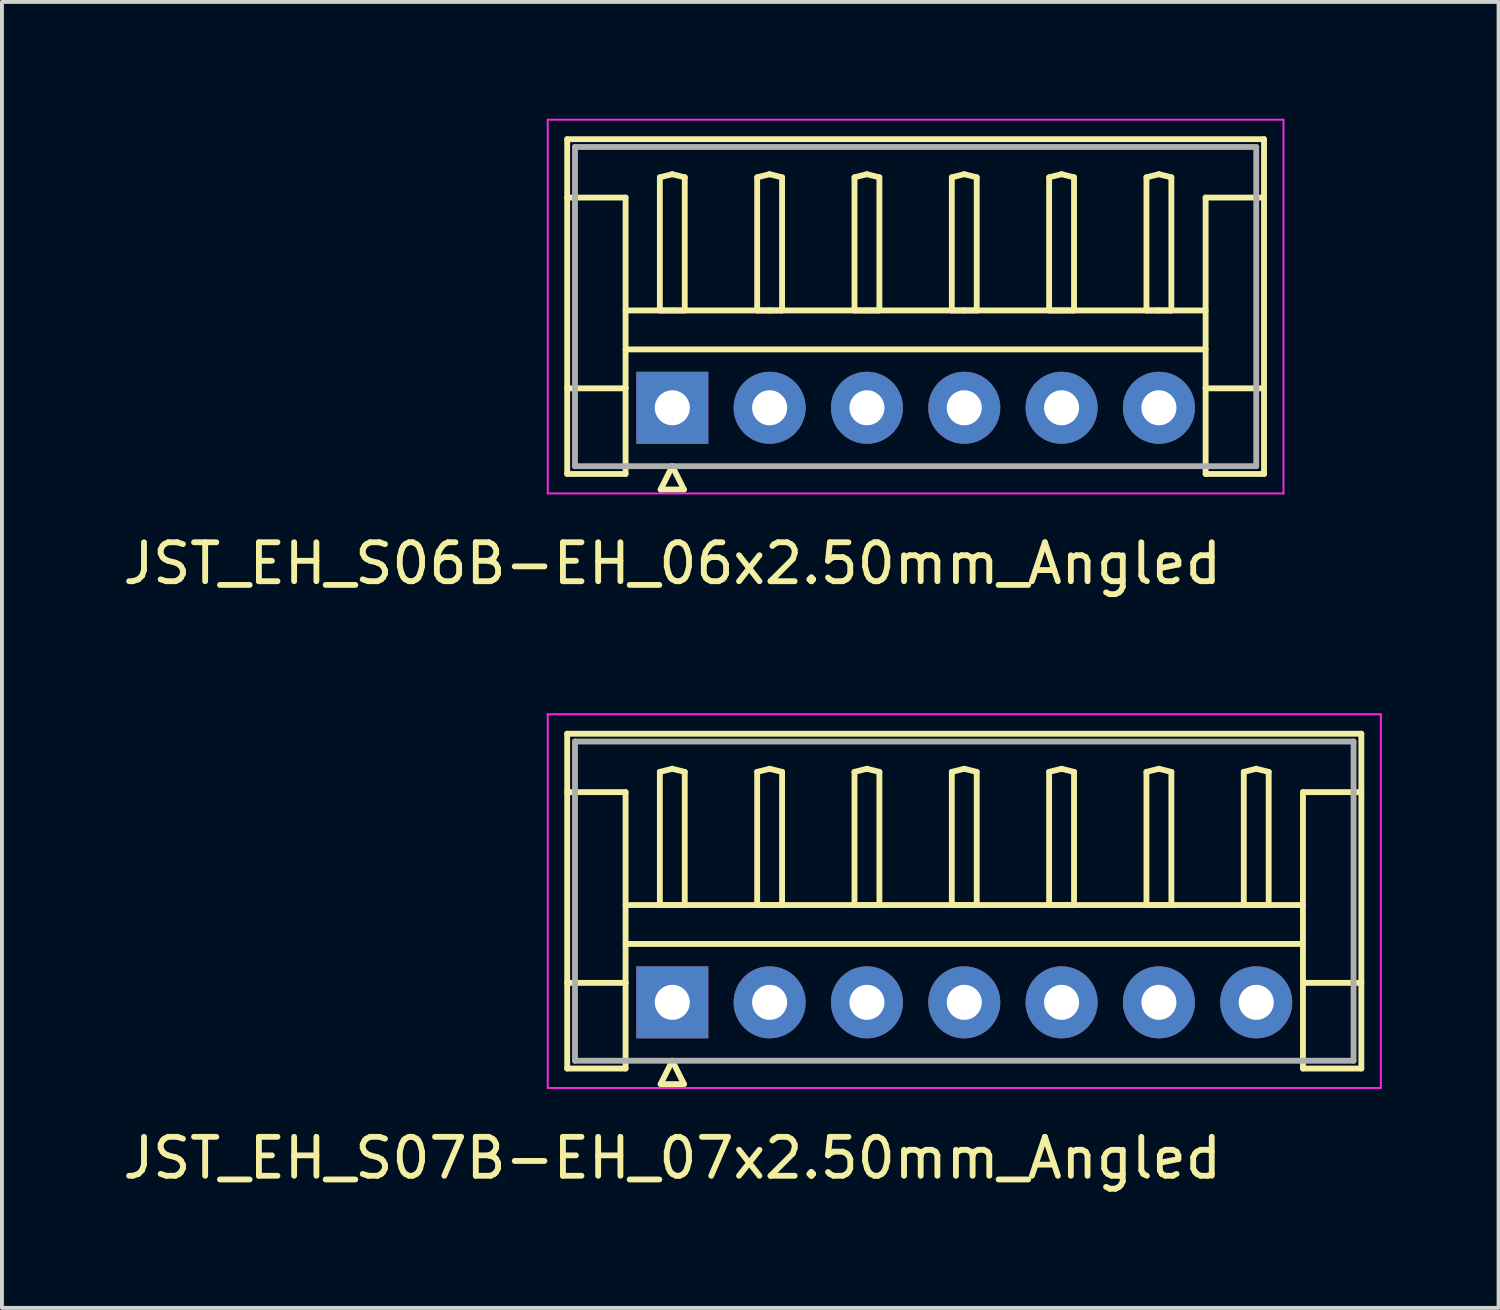
<source format=kicad_pcb>
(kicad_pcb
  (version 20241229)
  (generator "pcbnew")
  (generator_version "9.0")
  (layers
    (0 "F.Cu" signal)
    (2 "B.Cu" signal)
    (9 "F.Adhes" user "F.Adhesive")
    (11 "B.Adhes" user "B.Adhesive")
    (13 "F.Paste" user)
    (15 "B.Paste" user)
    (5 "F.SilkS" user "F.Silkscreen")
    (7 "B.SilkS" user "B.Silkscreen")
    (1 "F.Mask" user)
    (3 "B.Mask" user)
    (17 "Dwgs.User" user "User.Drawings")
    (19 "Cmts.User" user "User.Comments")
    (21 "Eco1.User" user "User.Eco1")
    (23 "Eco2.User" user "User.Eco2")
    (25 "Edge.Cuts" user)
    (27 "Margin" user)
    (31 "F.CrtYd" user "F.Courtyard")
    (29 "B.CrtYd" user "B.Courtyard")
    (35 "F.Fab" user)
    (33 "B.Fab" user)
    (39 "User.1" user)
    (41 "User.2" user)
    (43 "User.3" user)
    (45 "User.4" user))
  (footprint "JST_EH_S07B-EH_07x2.50mm_Angled"
    (layer "F.Cu")
    (at 14.22 22.698)
    (property "Reference" "JST_EH_S07B-EH_07x2.50mm_Angled" (at 0 4 0) (layer "F.SilkS") (effects (font (size 1 1) (thickness 0.15))))
    (attr through_hole)
    (fp_line (start -2.7 -6.9) (end 17.7 -6.9) (stroke (width 0.15) (type solid)) (layer "F.SilkS"))
    (fp_line (start -2.7 -5.4) (end -1.2 -5.4) (stroke (width 0.15) (type solid)) (layer "F.SilkS"))
    (fp_line (start -2.7 1.7) (end -2.7 -6.9) (stroke (width 0.15) (type solid)) (layer "F.SilkS"))
    (fp_line (start -1.2 -5.4) (end -1.2 -0.5) (stroke (width 0.15) (type solid)) (layer "F.SilkS"))
    (fp_line (start -1.2 -2.5) (end 16.2 -2.5) (stroke (width 0.15) (type solid)) (layer "F.SilkS"))
    (fp_line (start -1.2 -1.5) (end 16.2 -1.5) (stroke (width 0.15) (type solid)) (layer "F.SilkS"))
    (fp_line (start -1.2 -0.5) (end -2.7 -0.5) (stroke (width 0.15) (type solid)) (layer "F.SilkS"))
    (fp_line (start -1.2 -0.5) (end -1.2 1.7) (stroke (width 0.15) (type solid)) (layer "F.SilkS"))
    (fp_line (start -1.2 1.7) (end -2.7 1.7) (stroke (width 0.15) (type solid)) (layer "F.SilkS"))
    (fp_line (start -0.32 -5.92) (end 0 -6) (stroke (width 0.15) (type solid)) (layer "F.SilkS"))
    (fp_line (start -0.32 -2.5) (end -0.32 -5.92) (stroke (width 0.15) (type solid)) (layer "F.SilkS"))
    (fp_line (start -0.3 2.1) (end 0.3 2.1) (stroke (width 0.15) (type solid)) (layer "F.SilkS"))
    (fp_line (start 0 -6) (end 0.32 -5.92) (stroke (width 0.15) (type solid)) (layer "F.SilkS"))
    (fp_line (start 0 -2.5) (end -0.32 -2.5) (stroke (width 0.15) (type solid)) (layer "F.SilkS"))
    (fp_line (start 0 1.5) (end -0.3 2.1) (stroke (width 0.15) (type solid)) (layer "F.SilkS"))
    (fp_line (start 0.3 2.1) (end 0 1.5) (stroke (width 0.15) (type solid)) (layer "F.SilkS"))
    (fp_line (start 0.32 -5.92) (end 0.32 -2.5) (stroke (width 0.15) (type solid)) (layer "F.SilkS"))
    (fp_line (start 0.32 -2.5) (end 0 -2.5) (stroke (width 0.15) (type solid)) (layer "F.SilkS"))
    (fp_line (start 2.18 -5.92) (end 2.5 -6) (stroke (width 0.15) (type solid)) (layer "F.SilkS"))
    (fp_line (start 2.18 -2.5) (end 2.18 -5.92) (stroke (width 0.15) (type solid)) (layer "F.SilkS"))
    (fp_line (start 2.5 -6) (end 2.82 -5.92) (stroke (width 0.15) (type solid)) (layer "F.SilkS"))
    (fp_line (start 2.5 -2.5) (end 2.18 -2.5) (stroke (width 0.15) (type solid)) (layer "F.SilkS"))
    (fp_line (start 2.82 -5.92) (end 2.82 -2.5) (stroke (width 0.15) (type solid)) (layer "F.SilkS"))
    (fp_line (start 2.82 -2.5) (end 2.5 -2.5) (stroke (width 0.15) (type solid)) (layer "F.SilkS"))
    (fp_line (start 4.68 -5.92) (end 5 -6) (stroke (width 0.15) (type solid)) (layer "F.SilkS"))
    (fp_line (start 4.68 -2.5) (end 4.68 -5.92) (stroke (width 0.15) (type solid)) (layer "F.SilkS"))
    (fp_line (start 5 -6) (end 5.32 -5.92) (stroke (width 0.15) (type solid)) (layer "F.SilkS"))
    (fp_line (start 5 -2.5) (end 4.68 -2.5) (stroke (width 0.15) (type solid)) (layer "F.SilkS"))
    (fp_line (start 5.32 -5.92) (end 5.32 -2.5) (stroke (width 0.15) (type solid)) (layer "F.SilkS"))
    (fp_line (start 5.32 -2.5) (end 5 -2.5) (stroke (width 0.15) (type solid)) (layer "F.SilkS"))
    (fp_line (start 7.18 -5.92) (end 7.5 -6) (stroke (width 0.15) (type solid)) (layer "F.SilkS"))
    (fp_line (start 7.18 -2.5) (end 7.18 -5.92) (stroke (width 0.15) (type solid)) (layer "F.SilkS"))
    (fp_line (start 7.5 -6) (end 7.82 -5.92) (stroke (width 0.15) (type solid)) (layer "F.SilkS"))
    (fp_line (start 7.5 -2.5) (end 7.18 -2.5) (stroke (width 0.15) (type solid)) (layer "F.SilkS"))
    (fp_line (start 7.82 -5.92) (end 7.82 -2.5) (stroke (width 0.15) (type solid)) (layer "F.SilkS"))
    (fp_line (start 7.82 -2.5) (end 7.5 -2.5) (stroke (width 0.15) (type solid)) (layer "F.SilkS"))
    (fp_line (start 9.68 -5.92) (end 10 -6) (stroke (width 0.15) (type solid)) (layer "F.SilkS"))
    (fp_line (start 9.68 -2.5) (end 9.68 -5.92) (stroke (width 0.15) (type solid)) (layer "F.SilkS"))
    (fp_line (start 10 -6) (end 10.32 -5.92) (stroke (width 0.15) (type solid)) (layer "F.SilkS"))
    (fp_line (start 10 -2.5) (end 9.68 -2.5) (stroke (width 0.15) (type solid)) (layer "F.SilkS"))
    (fp_line (start 10.32 -5.92) (end 10.32 -2.5) (stroke (width 0.15) (type solid)) (layer "F.SilkS"))
    (fp_line (start 10.32 -2.5) (end 10 -2.5) (stroke (width 0.15) (type solid)) (layer "F.SilkS"))
    (fp_line (start 12.18 -5.92) (end 12.5 -6) (stroke (width 0.15) (type solid)) (layer "F.SilkS"))
    (fp_line (start 12.18 -2.5) (end 12.18 -5.92) (stroke (width 0.15) (type solid)) (layer "F.SilkS"))
    (fp_line (start 12.5 -6) (end 12.82 -5.92) (stroke (width 0.15) (type solid)) (layer "F.SilkS"))
    (fp_line (start 12.5 -2.5) (end 12.18 -2.5) (stroke (width 0.15) (type solid)) (layer "F.SilkS"))
    (fp_line (start 12.82 -5.92) (end 12.82 -2.5) (stroke (width 0.15) (type solid)) (layer "F.SilkS"))
    (fp_line (start 12.82 -2.5) (end 12.5 -2.5) (stroke (width 0.15) (type solid)) (layer "F.SilkS"))
    (fp_line (start 14.68 -5.92) (end 15 -6) (stroke (width 0.15) (type solid)) (layer "F.SilkS"))
    (fp_line (start 14.68 -2.5) (end 14.68 -5.92) (stroke (width 0.15) (type solid)) (layer "F.SilkS"))
    (fp_line (start 15 -6) (end 15.32 -5.92) (stroke (width 0.15) (type solid)) (layer "F.SilkS"))
    (fp_line (start 15 -2.5) (end 14.68 -2.5) (stroke (width 0.15) (type solid)) (layer "F.SilkS"))
    (fp_line (start 15.32 -5.92) (end 15.32 -2.5) (stroke (width 0.15) (type solid)) (layer "F.SilkS"))
    (fp_line (start 15.32 -2.5) (end 15 -2.5) (stroke (width 0.15) (type solid)) (layer "F.SilkS"))
    (fp_line (start 16.2 -5.4) (end 16.2 -0.5) (stroke (width 0.15) (type solid)) (layer "F.SilkS"))
    (fp_line (start 16.2 -0.5) (end 17.7 -0.5) (stroke (width 0.15) (type solid)) (layer "F.SilkS"))
    (fp_line (start 16.2 1.7) (end 16.2 -0.5) (stroke (width 0.15) (type solid)) (layer "F.SilkS"))
    (fp_line (start 17.7 -6.9) (end 17.7 1.7) (stroke (width 0.15) (type solid)) (layer "F.SilkS"))
    (fp_line (start 17.7 -5.4) (end 16.2 -5.4) (stroke (width 0.15) (type solid)) (layer "F.SilkS"))
    (fp_line (start 17.7 1.7) (end 16.2 1.7) (stroke (width 0.15) (type solid)) (layer "F.SilkS"))
    (fp_line (start -3.2 -7.4) (end -3.2 2.2) (stroke (width 0.05) (type solid)) (layer "F.CrtYd"))
    (fp_line (start -3.2 2.2) (end 18.2 2.2) (stroke (width 0.05) (type solid)) (layer "F.CrtYd"))
    (fp_line (start 18.2 -7.4) (end -3.2 -7.4) (stroke (width 0.05) (type solid)) (layer "F.CrtYd"))
    (fp_line (start 18.2 2.2) (end 18.2 -7.4) (stroke (width 0.05) (type solid)) (layer "F.CrtYd"))
    (fp_line (start -2.5 -6.7) (end -2.5 1.5) (stroke (width 0.15) (type solid)) (layer "F.Fab"))
    (fp_line (start -2.5 1.5) (end 17.5 1.5) (stroke (width 0.15) (type solid)) (layer "F.Fab"))
    (fp_line (start 17.5 -6.7) (end -2.5 -6.7) (stroke (width 0.15) (type solid)) (layer "F.Fab"))
    (fp_line (start 17.5 1.5) (end 17.5 -6.7) (stroke (width 0.15) (type solid)) (layer "F.Fab"))
    (pad "1" thru_hole rect (at 0 0) (size 1.85 1.85) (drill 0.9) (layers "*.Cu" "*.Mask"))
    (pad "2" thru_hole circle (at 2.5 0) (size 1.85 1.85) (drill 0.9) (layers "*.Cu" "*.Mask"))
    (pad "3" thru_hole circle (at 5 0) (size 1.85 1.85) (drill 0.9) (layers "*.Cu" "*.Mask"))
    (pad "4" thru_hole circle (at 7.5 0) (size 1.85 1.85) (drill 0.9) (layers "*.Cu" "*.Mask"))
    (pad "5" thru_hole circle (at 10 0) (size 1.85 1.85) (drill 0.9) (layers "*.Cu" "*.Mask"))
    (pad "6" thru_hole circle (at 12.5 0) (size 1.85 1.85) (drill 0.9) (layers "*.Cu" "*.Mask"))
    (pad "7" thru_hole circle (at 15 0) (size 1.85 1.85) (drill 0.9) (layers "*.Cu" "*.Mask")))
  (footprint "JST_EH_S06B-EH_06x2.50mm_Angled"
    (layer "F.Cu")
    (at 14.22 7.425)
    (property "Reference" "JST_EH_S06B-EH_06x2.50mm_Angled" (at 0 4 0) (layer "F.SilkS") (effects (font (size 1 1) (thickness 0.15))))
    (attr through_hole)
    (fp_line (start -2.7 -6.9) (end 15.2 -6.9) (stroke (width 0.15) (type solid)) (layer "F.SilkS"))
    (fp_line (start -2.7 -5.4) (end -1.2 -5.4) (stroke (width 0.15) (type solid)) (layer "F.SilkS"))
    (fp_line (start -2.7 1.7) (end -2.7 -6.9) (stroke (width 0.15) (type solid)) (layer "F.SilkS"))
    (fp_line (start -1.2 -5.4) (end -1.2 -0.5) (stroke (width 0.15) (type solid)) (layer "F.SilkS"))
    (fp_line (start -1.2 -2.5) (end 13.7 -2.5) (stroke (width 0.15) (type solid)) (layer "F.SilkS"))
    (fp_line (start -1.2 -1.5) (end 13.7 -1.5) (stroke (width 0.15) (type solid)) (layer "F.SilkS"))
    (fp_line (start -1.2 -0.5) (end -2.7 -0.5) (stroke (width 0.15) (type solid)) (layer "F.SilkS"))
    (fp_line (start -1.2 -0.5) (end -1.2 1.7) (stroke (width 0.15) (type solid)) (layer "F.SilkS"))
    (fp_line (start -1.2 1.7) (end -2.7 1.7) (stroke (width 0.15) (type solid)) (layer "F.SilkS"))
    (fp_line (start -0.32 -5.92) (end 0 -6) (stroke (width 0.15) (type solid)) (layer "F.SilkS"))
    (fp_line (start -0.32 -2.5) (end -0.32 -5.92) (stroke (width 0.15) (type solid)) (layer "F.SilkS"))
    (fp_line (start -0.3 2.1) (end 0.3 2.1) (stroke (width 0.15) (type solid)) (layer "F.SilkS"))
    (fp_line (start 0 -6) (end 0.32 -5.92) (stroke (width 0.15) (type solid)) (layer "F.SilkS"))
    (fp_line (start 0 -2.5) (end -0.32 -2.5) (stroke (width 0.15) (type solid)) (layer "F.SilkS"))
    (fp_line (start 0 1.5) (end -0.3 2.1) (stroke (width 0.15) (type solid)) (layer "F.SilkS"))
    (fp_line (start 0.3 2.1) (end 0 1.5) (stroke (width 0.15) (type solid)) (layer "F.SilkS"))
    (fp_line (start 0.32 -5.92) (end 0.32 -2.5) (stroke (width 0.15) (type solid)) (layer "F.SilkS"))
    (fp_line (start 0.32 -2.5) (end 0 -2.5) (stroke (width 0.15) (type solid)) (layer "F.SilkS"))
    (fp_line (start 2.18 -5.92) (end 2.5 -6) (stroke (width 0.15) (type solid)) (layer "F.SilkS"))
    (fp_line (start 2.18 -2.5) (end 2.18 -5.92) (stroke (width 0.15) (type solid)) (layer "F.SilkS"))
    (fp_line (start 2.5 -6) (end 2.82 -5.92) (stroke (width 0.15) (type solid)) (layer "F.SilkS"))
    (fp_line (start 2.5 -2.5) (end 2.18 -2.5) (stroke (width 0.15) (type solid)) (layer "F.SilkS"))
    (fp_line (start 2.82 -5.92) (end 2.82 -2.5) (stroke (width 0.15) (type solid)) (layer "F.SilkS"))
    (fp_line (start 2.82 -2.5) (end 2.5 -2.5) (stroke (width 0.15) (type solid)) (layer "F.SilkS"))
    (fp_line (start 4.68 -5.92) (end 5 -6) (stroke (width 0.15) (type solid)) (layer "F.SilkS"))
    (fp_line (start 4.68 -2.5) (end 4.68 -5.92) (stroke (width 0.15) (type solid)) (layer "F.SilkS"))
    (fp_line (start 5 -6) (end 5.32 -5.92) (stroke (width 0.15) (type solid)) (layer "F.SilkS"))
    (fp_line (start 5 -2.5) (end 4.68 -2.5) (stroke (width 0.15) (type solid)) (layer "F.SilkS"))
    (fp_line (start 5.32 -5.92) (end 5.32 -2.5) (stroke (width 0.15) (type solid)) (layer "F.SilkS"))
    (fp_line (start 5.32 -2.5) (end 5 -2.5) (stroke (width 0.15) (type solid)) (layer "F.SilkS"))
    (fp_line (start 7.18 -5.92) (end 7.5 -6) (stroke (width 0.15) (type solid)) (layer "F.SilkS"))
    (fp_line (start 7.18 -2.5) (end 7.18 -5.92) (stroke (width 0.15) (type solid)) (layer "F.SilkS"))
    (fp_line (start 7.5 -6) (end 7.82 -5.92) (stroke (width 0.15) (type solid)) (layer "F.SilkS"))
    (fp_line (start 7.5 -2.5) (end 7.18 -2.5) (stroke (width 0.15) (type solid)) (layer "F.SilkS"))
    (fp_line (start 7.82 -5.92) (end 7.82 -2.5) (stroke (width 0.15) (type solid)) (layer "F.SilkS"))
    (fp_line (start 7.82 -2.5) (end 7.5 -2.5) (stroke (width 0.15) (type solid)) (layer "F.SilkS"))
    (fp_line (start 9.68 -5.92) (end 10 -6) (stroke (width 0.15) (type solid)) (layer "F.SilkS"))
    (fp_line (start 9.68 -2.5) (end 9.68 -5.92) (stroke (width 0.15) (type solid)) (layer "F.SilkS"))
    (fp_line (start 10 -6) (end 10.32 -5.92) (stroke (width 0.15) (type solid)) (layer "F.SilkS"))
    (fp_line (start 10 -2.5) (end 9.68 -2.5) (stroke (width 0.15) (type solid)) (layer "F.SilkS"))
    (fp_line (start 10.32 -5.92) (end 10.32 -2.5) (stroke (width 0.15) (type solid)) (layer "F.SilkS"))
    (fp_line (start 10.32 -2.5) (end 10 -2.5) (stroke (width 0.15) (type solid)) (layer "F.SilkS"))
    (fp_line (start 12.18 -5.92) (end 12.5 -6) (stroke (width 0.15) (type solid)) (layer "F.SilkS"))
    (fp_line (start 12.18 -2.5) (end 12.18 -5.92) (stroke (width 0.15) (type solid)) (layer "F.SilkS"))
    (fp_line (start 12.5 -6) (end 12.82 -5.92) (stroke (width 0.15) (type solid)) (layer "F.SilkS"))
    (fp_line (start 12.5 -2.5) (end 12.18 -2.5) (stroke (width 0.15) (type solid)) (layer "F.SilkS"))
    (fp_line (start 12.82 -5.92) (end 12.82 -2.5) (stroke (width 0.15) (type solid)) (layer "F.SilkS"))
    (fp_line (start 12.82 -2.5) (end 12.5 -2.5) (stroke (width 0.15) (type solid)) (layer "F.SilkS"))
    (fp_line (start 13.7 -5.4) (end 13.7 -0.5) (stroke (width 0.15) (type solid)) (layer "F.SilkS"))
    (fp_line (start 13.7 -0.5) (end 15.2 -0.5) (stroke (width 0.15) (type solid)) (layer "F.SilkS"))
    (fp_line (start 13.7 1.7) (end 13.7 -0.5) (stroke (width 0.15) (type solid)) (layer "F.SilkS"))
    (fp_line (start 15.2 -6.9) (end 15.2 1.7) (stroke (width 0.15) (type solid)) (layer "F.SilkS"))
    (fp_line (start 15.2 -5.4) (end 13.7 -5.4) (stroke (width 0.15) (type solid)) (layer "F.SilkS"))
    (fp_line (start 15.2 1.7) (end 13.7 1.7) (stroke (width 0.15) (type solid)) (layer "F.SilkS"))
    (fp_line (start -3.2 -7.4) (end -3.2 2.2) (stroke (width 0.05) (type solid)) (layer "F.CrtYd"))
    (fp_line (start -3.2 2.2) (end 15.7 2.2) (stroke (width 0.05) (type solid)) (layer "F.CrtYd"))
    (fp_line (start 15.7 -7.4) (end -3.2 -7.4) (stroke (width 0.05) (type solid)) (layer "F.CrtYd"))
    (fp_line (start 15.7 2.2) (end 15.7 -7.4) (stroke (width 0.05) (type solid)) (layer "F.CrtYd"))
    (fp_line (start -2.5 -6.7) (end -2.5 1.5) (stroke (width 0.15) (type solid)) (layer "F.Fab"))
    (fp_line (start -2.5 1.5) (end 15 1.5) (stroke (width 0.15) (type solid)) (layer "F.Fab"))
    (fp_line (start 15 -6.7) (end -2.5 -6.7) (stroke (width 0.15) (type solid)) (layer "F.Fab"))
    (fp_line (start 15 1.5) (end 15 -6.7) (stroke (width 0.15) (type solid)) (layer "F.Fab"))
    (pad "1" thru_hole rect (at 0 0) (size 1.85 1.85) (drill 0.9) (layers "*.Cu" "*.Mask"))
    (pad "2" thru_hole circle (at 2.5 0) (size 1.85 1.85) (drill 0.9) (layers "*.Cu" "*.Mask"))
    (pad "3" thru_hole circle (at 5 0) (size 1.85 1.85) (drill 0.9) (layers "*.Cu" "*.Mask"))
    (pad "4" thru_hole circle (at 7.5 0) (size 1.85 1.85) (drill 0.9) (layers "*.Cu" "*.Mask"))
    (pad "5" thru_hole circle (at 10 0) (size 1.85 1.85) (drill 0.9) (layers "*.Cu" "*.Mask"))
    (pad "6" thru_hole circle (at 12.5 0) (size 1.85 1.85) (drill 0.9) (layers "*.Cu" "*.Mask")))
  (gr_rect
    (start -3 -3)
    (end 35.445 30.547)
    (stroke (width 0.1) (type default))
    (fill no)
    (layer "Edge.Cuts")))
</source>
